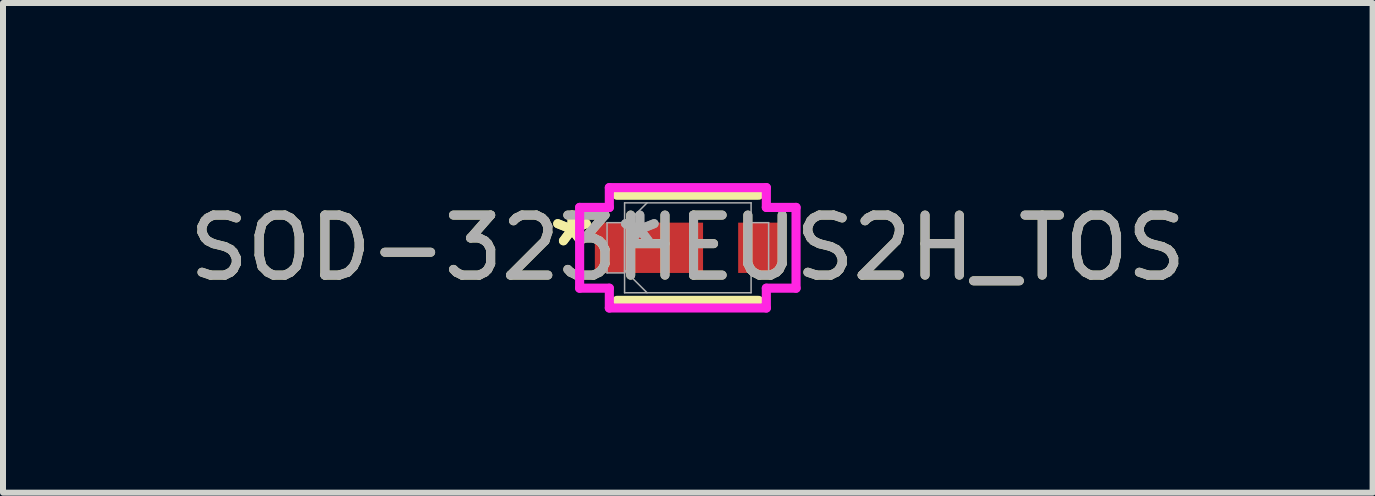
<source format=kicad_pcb>
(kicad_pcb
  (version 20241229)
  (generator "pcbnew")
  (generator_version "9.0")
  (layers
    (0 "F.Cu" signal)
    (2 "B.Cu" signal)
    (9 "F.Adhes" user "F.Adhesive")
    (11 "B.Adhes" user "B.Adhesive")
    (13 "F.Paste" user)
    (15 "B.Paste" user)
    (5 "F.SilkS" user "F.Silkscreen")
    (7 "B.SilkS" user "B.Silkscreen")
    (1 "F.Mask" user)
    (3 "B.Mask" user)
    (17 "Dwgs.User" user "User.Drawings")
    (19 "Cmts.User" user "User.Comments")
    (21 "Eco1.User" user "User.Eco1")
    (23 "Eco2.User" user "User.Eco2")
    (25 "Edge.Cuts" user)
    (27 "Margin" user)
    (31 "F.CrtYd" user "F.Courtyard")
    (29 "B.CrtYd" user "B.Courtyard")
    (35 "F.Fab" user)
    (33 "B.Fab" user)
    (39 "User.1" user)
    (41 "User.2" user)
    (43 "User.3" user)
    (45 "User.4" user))
  (footprint "SOD-323HEUS2H_TOS"
    (layer "F.Cu")
    (at 8.411 1.079)
    (property "Reference" "SOD-323HEUS2H_TOS" (at 0 0 0) (unlocked yes) (layer "F.SilkS") (effects (font (size 1 1) (thickness 0.15))))
    (attr smd)
    (fp_line (start -1.181 0.876) (end 1.181 0.876) (stroke (width 0.152) (type solid)) (layer "F.SilkS"))
    (fp_line (start 1.181 -0.876) (end -1.181 -0.876) (stroke (width 0.152) (type solid)) (layer "F.SilkS"))
    (fp_line (start -1.803 -0.673) (end -1.308 -0.673) (stroke (width 0.152) (type solid)) (layer "F.CrtYd"))
    (fp_line (start -1.803 0.673) (end -1.803 -0.673) (stroke (width 0.152) (type solid)) (layer "F.CrtYd"))
    (fp_line (start -1.308 -1.003) (end 1.308 -1.003) (stroke (width 0.152) (type solid)) (layer "F.CrtYd"))
    (fp_line (start -1.308 -0.673) (end -1.308 -1.003) (stroke (width 0.152) (type solid)) (layer "F.CrtYd"))
    (fp_line (start -1.308 0.673) (end -1.803 0.673) (stroke (width 0.152) (type solid)) (layer "F.CrtYd"))
    (fp_line (start -1.308 1.003) (end -1.308 0.673) (stroke (width 0.152) (type solid)) (layer "F.CrtYd"))
    (fp_line (start 1.308 -1.003) (end 1.308 -0.673) (stroke (width 0.152) (type solid)) (layer "F.CrtYd"))
    (fp_line (start 1.308 -0.673) (end 1.803 -0.673) (stroke (width 0.152) (type solid)) (layer "F.CrtYd"))
    (fp_line (start 1.308 0.673) (end 1.308 1.003) (stroke (width 0.152) (type solid)) (layer "F.CrtYd"))
    (fp_line (start 1.308 1.003) (end -1.308 1.003) (stroke (width 0.152) (type solid)) (layer "F.CrtYd"))
    (fp_line (start 1.803 -0.673) (end 1.803 0.673) (stroke (width 0.152) (type solid)) (layer "F.CrtYd"))
    (fp_line (start 1.803 0.673) (end 1.308 0.673) (stroke (width 0.152) (type solid)) (layer "F.CrtYd"))
    (fp_line (start -1.346 -0.419) (end -1.346 0.419) (stroke (width 0.025) (type solid)) (layer "F.Fab"))
    (fp_line (start -1.346 0.419) (end -1.054 0.419) (stroke (width 0.025) (type solid)) (layer "F.Fab"))
    (fp_line (start -1.054 -0.749) (end -1.054 0.749) (stroke (width 0.025) (type solid)) (layer "F.Fab"))
    (fp_line (start -1.054 -0.419) (end -1.346 -0.419) (stroke (width 0.025) (type solid)) (layer "F.Fab"))
    (fp_line (start -1.054 -0.375) (end -0.679 -0.749) (stroke (width 0.025) (type solid)) (layer "F.Fab"))
    (fp_line (start -1.054 0.375) (end -0.679 0.749) (stroke (width 0.025) (type solid)) (layer "F.Fab"))
    (fp_line (start -1.054 0.419) (end -1.054 -0.419) (stroke (width 0.025) (type solid)) (layer "F.Fab"))
    (fp_line (start -1.054 0.749) (end 1.054 0.749) (stroke (width 0.025) (type solid)) (layer "F.Fab"))
    (fp_line (start 1.054 -0.749) (end -1.054 -0.749) (stroke (width 0.025) (type solid)) (layer "F.Fab"))
    (fp_line (start 1.054 -0.419) (end 1.054 0.419) (stroke (width 0.025) (type solid)) (layer "F.Fab"))
    (fp_line (start 1.054 0.419) (end 1.346 0.419) (stroke (width 0.025) (type solid)) (layer "F.Fab"))
    (fp_line (start 1.054 0.749) (end 1.054 -0.749) (stroke (width 0.025) (type solid)) (layer "F.Fab"))
    (fp_line (start 1.346 -0.419) (end 1.054 -0.419) (stroke (width 0.025) (type solid)) (layer "F.Fab"))
    (fp_line (start 1.346 0.419) (end 1.346 -0.419) (stroke (width 0.025) (type solid)) (layer "F.Fab"))
    (fp_text user "*" (at -1.93 0 0) (layer "F.SilkS") (effects (font (size 1 1) (thickness 0.15))))
    (fp_text user "*" (at -1.93 0 0) (unlocked yes) (layer "F.SilkS") (effects (font (size 1 1) (thickness 0.15))))
    (fp_text user "*" (at -0.8 0 0) (unlocked yes) (layer "F.Fab") (effects (font (size 1 1) (thickness 0.15))))
    (fp_text user "${REFERENCE}" (at 0 0 0) (unlocked yes) (layer "F.Fab") (effects (font (size 1 1) (thickness 0.15))))
    (fp_text user "*" (at -0.8 0 0) (layer "F.Fab") (effects (font (size 1 1) (thickness 0.15))))
    (pad "1" smd rect (at -0.648 0) (size 1.803 0.838) (layers "F.Cu" "F.Mask" "F.Paste"))
    (pad "2" smd rect (at 1.194 0) (size 0.711 0.838) (layers "F.Cu" "F.Mask" "F.Paste"))
    (zone (net_name "") (layer "F.Cu") (hatch full 0.508) (connect_pads) (min_thickness 0.254) (filled_areas_thickness no) (keepout (tracks not_allowed) (vias not_allowed) (pads allowed) (copperpour not_allowed) (footprints allowed)) (placement (enabled no)) (fill) (polygon (pts (xy 8.716 0.381) (xy 9.198 0.381) (xy 9.198 1.778) (xy 8.716 1.778)))))
  (gr_rect
    (start -3 -3)
    (end 19.821 5.159)
    (stroke (width 0.1) (type default))
    (fill no)
    (layer "Edge.Cuts")))
</source>
